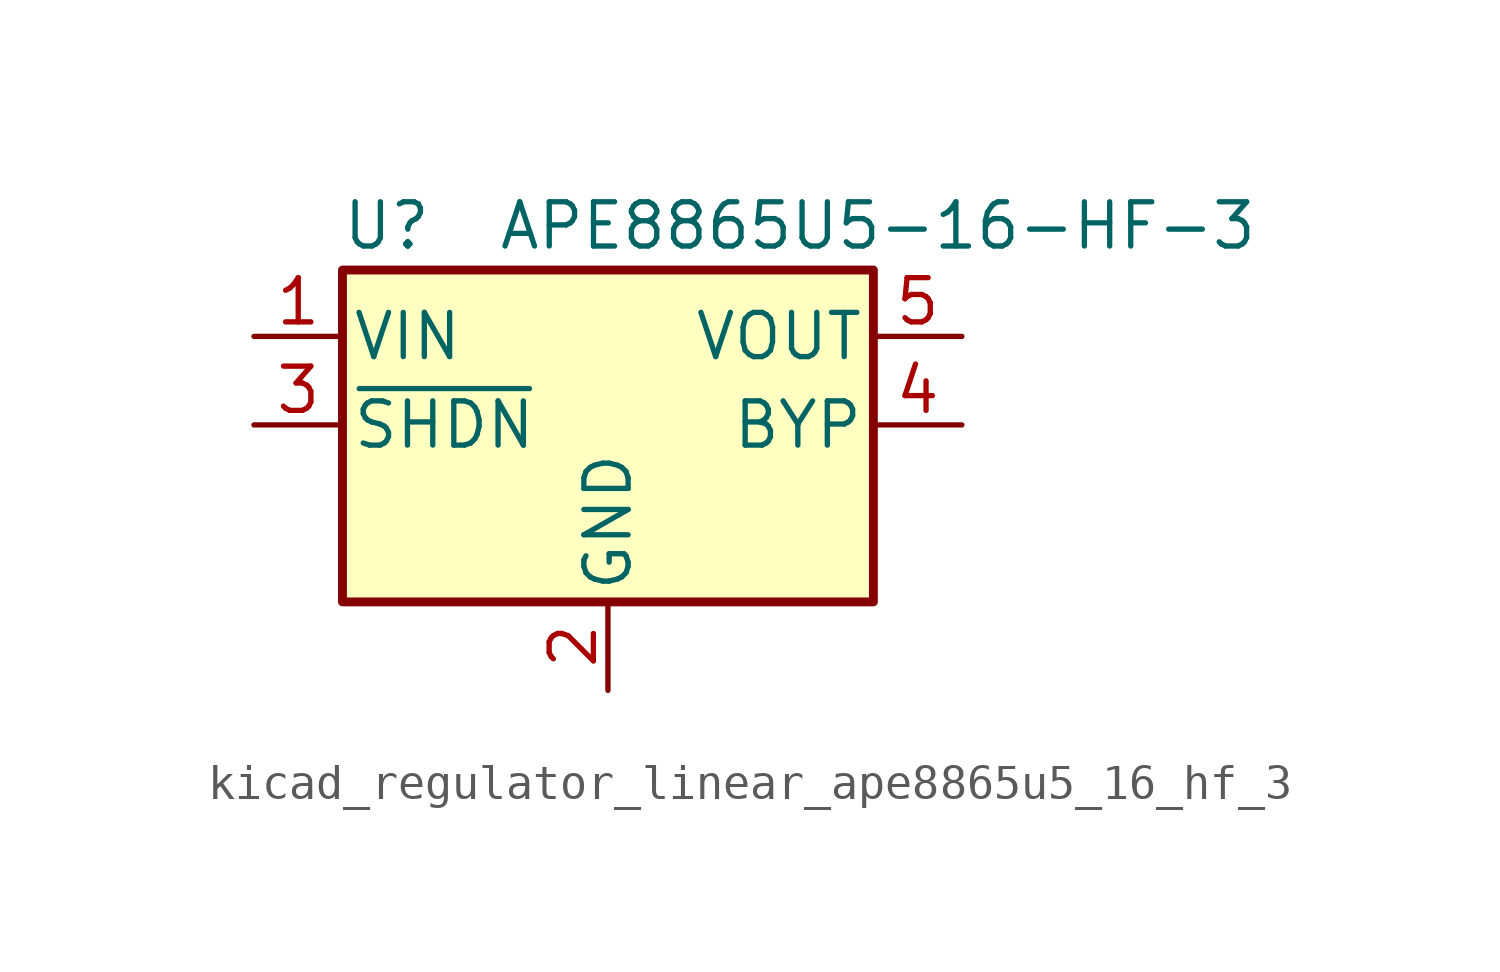
<source format=kicad_sym>
(kicad_symbol_lib
  (version 20220914)
  (generator kicad_symbol_editor)
  (symbol "kicad_regulator_linear_ape8865u5_16_hf_3"
    (pin_names
      (offset 0.254))
    (property "Reference" "U"
      (at -6.35 5.715 0)
      (effects (font (size 1.27 1.27))))
    (property "Value" "APE8865U5-16-HF-3"
      (at -3.175 5.715 0)
      (effects (font (size 1.27 1.27)) (justify left)))
    (symbol "kicad_regulator_linear_ape8865u5_16_hf_3_0_1"
      (rectangle (start -7.62 4.445) (end 7.62 -5.08) (stroke (width 0.254) (type default)) (fill (type background))))
    (symbol "kicad_regulator_linear_ape8865u5_16_hf_3_1_1"
      (pin power_in line (at -10.16 2.54 0) (length 2.54) (name "VIN" (effects (font (size 1.27 1.27)))) (number "1" (effects (font (size 1.27 1.27)))))
      (pin power_in line (at 0 -7.62 90) (length 2.54) (name "GND" (effects (font (size 1.27 1.27)))) (number "2" (effects (font (size 1.27 1.27)))))
      (pin input line (at -10.16 0 0) (length 2.54) (name "~{SHDN}" (effects (font (size 1.27 1.27)))) (number "3" (effects (font (size 1.27 1.27)))))
      (pin input line (at 10.16 0 180) (length 2.54) (name "BYP" (effects (font (size 1.27 1.27)))) (number "4" (effects (font (size 1.27 1.27)))))
      (pin power_out line (at 10.16 2.54 180) (length 2.54) (name "VOUT" (effects (font (size 1.27 1.27)))) (number "5" (effects (font (size 1.27 1.27))))))))
</source>
